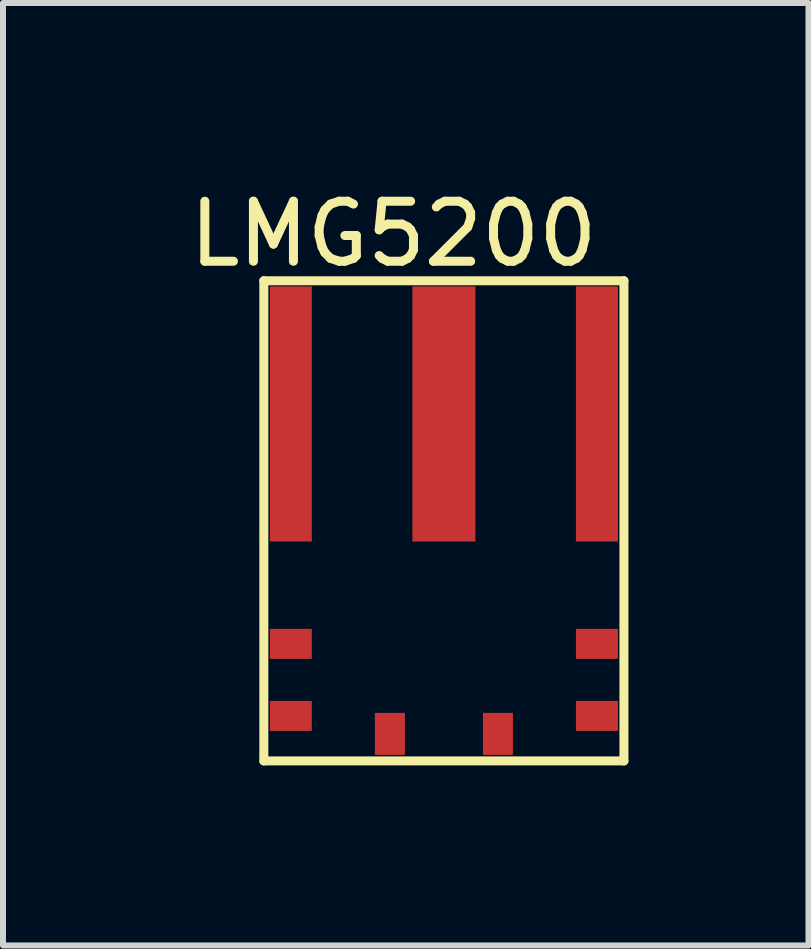
<source format=kicad_pcb>
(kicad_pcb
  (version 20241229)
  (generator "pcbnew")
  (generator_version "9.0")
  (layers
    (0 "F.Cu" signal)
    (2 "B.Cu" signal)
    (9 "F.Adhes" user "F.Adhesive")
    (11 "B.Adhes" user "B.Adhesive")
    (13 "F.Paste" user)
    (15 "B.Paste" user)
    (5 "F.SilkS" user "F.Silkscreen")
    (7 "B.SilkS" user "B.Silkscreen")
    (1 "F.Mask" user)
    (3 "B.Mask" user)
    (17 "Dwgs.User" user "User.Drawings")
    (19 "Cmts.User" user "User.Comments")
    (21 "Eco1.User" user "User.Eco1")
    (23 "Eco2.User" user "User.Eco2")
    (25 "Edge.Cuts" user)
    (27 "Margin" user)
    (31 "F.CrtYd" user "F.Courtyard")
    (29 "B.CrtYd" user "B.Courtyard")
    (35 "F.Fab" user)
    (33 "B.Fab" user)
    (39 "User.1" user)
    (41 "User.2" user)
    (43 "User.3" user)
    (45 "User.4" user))
  (footprint "LMG5200"
    (layer "F.Cu")
    (at 4.346 5.628)
    (property "Reference" "LMG5200" (at -0.84 -4.78 0) (layer "F.SilkS") (effects (font (size 1 1) (thickness 0.15))))
    (attr through_hole)
    (fp_line (start -3 -4) (end 3 -4) (stroke (width 0.15) (type solid)) (layer "F.SilkS"))
    (fp_line (start -3 4) (end -3 -4) (stroke (width 0.15) (type solid)) (layer "F.SilkS"))
    (fp_line (start 3 -4) (end 3 4) (stroke (width 0.15) (type solid)) (layer "F.SilkS"))
    (fp_line (start 3 4) (end -3 4) (stroke (width 0.15) (type solid)) (layer "F.SilkS"))
    (pad "1" smd rect (at -2.55 -1.78) (size 0.7 4.25) (layers "F.Cu" "F.Mask" "F.Paste"))
    (pad "2" smd rect (at -2.55 2.05) (size 0.7 0.5) (layers "F.Cu" "F.Mask" "F.Paste"))
    (pad "3" smd rect (at -2.55 3.25) (size 0.7 0.5) (layers "F.Cu" "F.Mask" "F.Paste"))
    (pad "4" smd rect (at -0.9 3.55) (size 0.5 0.7) (layers "F.Cu" "F.Mask" "F.Paste"))
    (pad "5" smd rect (at 0.9 3.55) (size 0.5 0.7) (layers "F.Cu" "F.Mask" "F.Paste"))
    (pad "6" smd rect (at 2.55 3.25) (size 0.7 0.5) (layers "F.Cu" "F.Mask" "F.Paste"))
    (pad "7" smd rect (at 2.55 2.05) (size 0.7 0.5) (layers "F.Cu" "F.Mask" "F.Paste"))
    (pad "8" smd rect (at 2.55 -1.78) (size 0.7 4.25) (layers "F.Cu" "F.Mask" "F.Paste"))
    (pad "9" smd rect (at 0 -1.78) (size 1.05 4.25) (layers "F.Cu" "F.Mask" "F.Paste")))
  (gr_rect
    (start -3 -3)
    (end 10.421 12.703)
    (stroke (width 0.1) (type default))
    (fill no)
    (layer "Edge.Cuts")))
</source>
